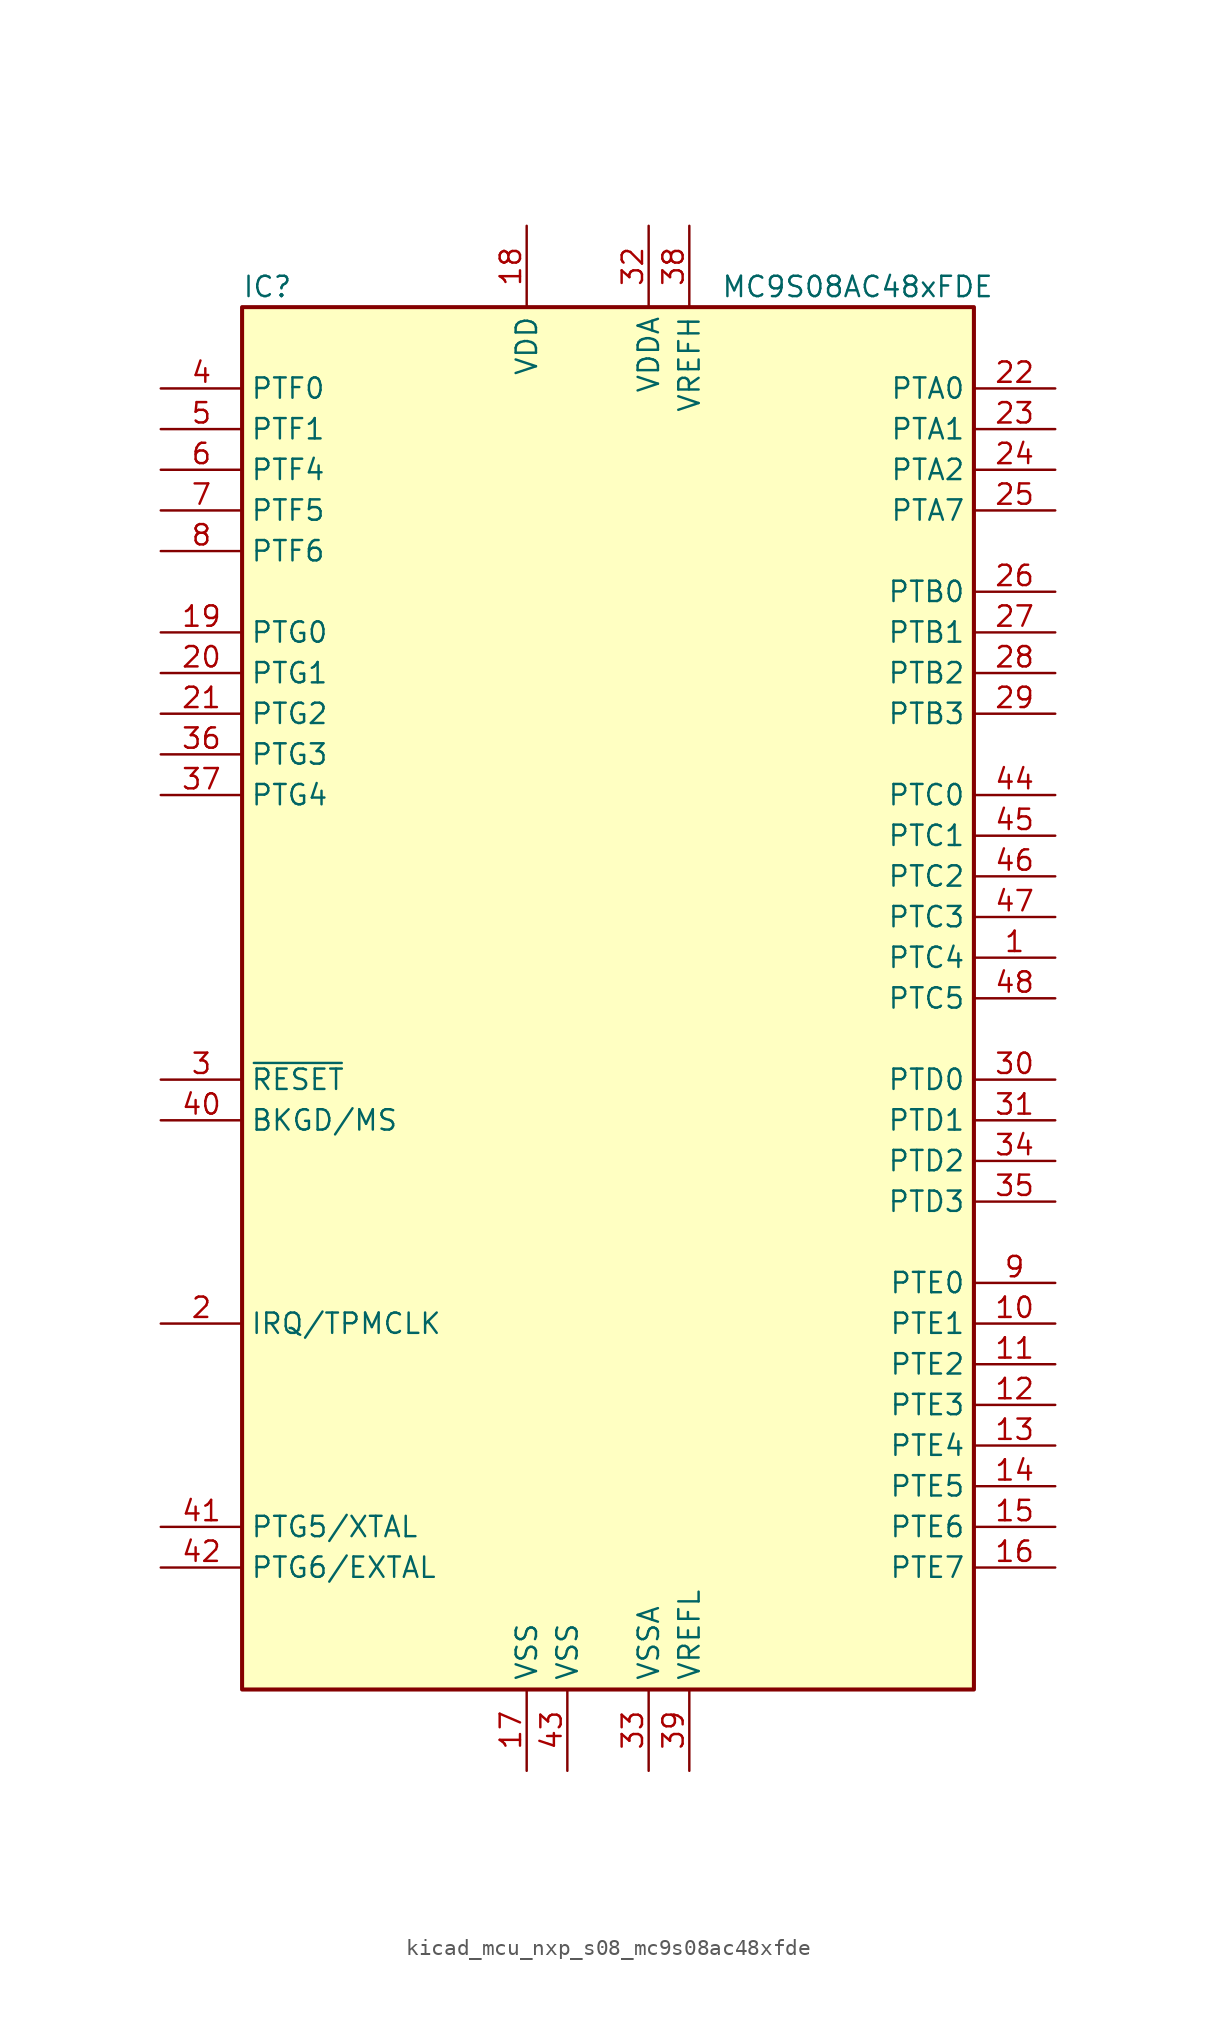
<source format=kicad_sym>
(kicad_symbol_lib
  (version 20220914)
  (generator kicad_symbol_editor)
  (symbol "kicad_mcu_nxp_s08_mc9s08ac48xfde"
    (property "Reference" "IC"
      (at -22.86 44.45 0)
      (effects (font (size 1.27 1.27)) (justify left)))
    (property "Value" "MC9S08AC48xFDE"
      (at 24.13 44.45 0)
      (effects (font (size 1.27 1.27)) (justify right)))
    (symbol "kicad_mcu_nxp_s08_mc9s08ac48xfde_0_1"
      (rectangle (start -22.86 43.18) (end 22.86 -43.18) (stroke (width 0.254) (type default)) (fill (type background))))
    (symbol "kicad_mcu_nxp_s08_mc9s08ac48xfde_1_1"
      (pin bidirectional line (at 27.94 2.54 180) (length 5.08) (name "PTC4" (effects (font (size 1.27 1.27)))) (number "1" (effects (font (size 1.27 1.27)))))
      (pin bidirectional line (at 27.94 -20.32 180) (length 5.08) (name "PTE1" (effects (font (size 1.27 1.27)))) (number "10" (effects (font (size 1.27 1.27)))))
      (pin bidirectional line (at 27.94 -22.86 180) (length 5.08) (name "PTE2" (effects (font (size 1.27 1.27)))) (number "11" (effects (font (size 1.27 1.27)))))
      (pin bidirectional line (at 27.94 -25.4 180) (length 5.08) (name "PTE3" (effects (font (size 1.27 1.27)))) (number "12" (effects (font (size 1.27 1.27)))))
      (pin bidirectional line (at 27.94 -27.94 180) (length 5.08) (name "PTE4" (effects (font (size 1.27 1.27)))) (number "13" (effects (font (size 1.27 1.27)))))
      (pin bidirectional line (at 27.94 -30.48 180) (length 5.08) (name "PTE5" (effects (font (size 1.27 1.27)))) (number "14" (effects (font (size 1.27 1.27)))))
      (pin bidirectional line (at 27.94 -33.02 180) (length 5.08) (name "PTE6" (effects (font (size 1.27 1.27)))) (number "15" (effects (font (size 1.27 1.27)))))
      (pin bidirectional line (at 27.94 -35.56 180) (length 5.08) (name "PTE7" (effects (font (size 1.27 1.27)))) (number "16" (effects (font (size 1.27 1.27)))))
      (pin power_in line (at -5.08 -48.26 90) (length 5.08) (name "VSS" (effects (font (size 1.27 1.27)))) (number "17" (effects (font (size 1.27 1.27)))))
      (pin power_in line (at -5.08 48.26 270) (length 5.08) (name "VDD" (effects (font (size 1.27 1.27)))) (number "18" (effects (font (size 1.27 1.27)))))
      (pin bidirectional line (at -27.94 22.86 0) (length 5.08) (name "PTG0" (effects (font (size 1.27 1.27)))) (number "19" (effects (font (size 1.27 1.27)))))
      (pin input line (at -27.94 -20.32 0) (length 5.08) (name "IRQ/TPMCLK" (effects (font (size 1.27 1.27)))) (number "2" (effects (font (size 1.27 1.27)))))
      (pin bidirectional line (at -27.94 20.32 0) (length 5.08) (name "PTG1" (effects (font (size 1.27 1.27)))) (number "20" (effects (font (size 1.27 1.27)))))
      (pin bidirectional line (at -27.94 17.78 0) (length 5.08) (name "PTG2" (effects (font (size 1.27 1.27)))) (number "21" (effects (font (size 1.27 1.27)))))
      (pin bidirectional line (at 27.94 38.1 180) (length 5.08) (name "PTA0" (effects (font (size 1.27 1.27)))) (number "22" (effects (font (size 1.27 1.27)))))
      (pin bidirectional line (at 27.94 35.56 180) (length 5.08) (name "PTA1" (effects (font (size 1.27 1.27)))) (number "23" (effects (font (size 1.27 1.27)))))
      (pin bidirectional line (at 27.94 33.02 180) (length 5.08) (name "PTA2" (effects (font (size 1.27 1.27)))) (number "24" (effects (font (size 1.27 1.27)))))
      (pin bidirectional line (at 27.94 30.48 180) (length 5.08) (name "PTA7" (effects (font (size 1.27 1.27)))) (number "25" (effects (font (size 1.27 1.27)))))
      (pin bidirectional line (at 27.94 25.4 180) (length 5.08) (name "PTB0" (effects (font (size 1.27 1.27)))) (number "26" (effects (font (size 1.27 1.27)))))
      (pin bidirectional line (at 27.94 22.86 180) (length 5.08) (name "PTB1" (effects (font (size 1.27 1.27)))) (number "27" (effects (font (size 1.27 1.27)))))
      (pin bidirectional line (at 27.94 20.32 180) (length 5.08) (name "PTB2" (effects (font (size 1.27 1.27)))) (number "28" (effects (font (size 1.27 1.27)))))
      (pin bidirectional line (at 27.94 17.78 180) (length 5.08) (name "PTB3" (effects (font (size 1.27 1.27)))) (number "29" (effects (font (size 1.27 1.27)))))
      (pin input line (at -27.94 -5.08 0) (length 5.08) (name "~{RESET}" (effects (font (size 1.27 1.27)))) (number "3" (effects (font (size 1.27 1.27)))))
      (pin bidirectional line (at 27.94 -5.08 180) (length 5.08) (name "PTD0" (effects (font (size 1.27 1.27)))) (number "30" (effects (font (size 1.27 1.27)))))
      (pin bidirectional line (at 27.94 -7.62 180) (length 5.08) (name "PTD1" (effects (font (size 1.27 1.27)))) (number "31" (effects (font (size 1.27 1.27)))))
      (pin power_in line (at 2.54 48.26 270) (length 5.08) (name "VDDA" (effects (font (size 1.27 1.27)))) (number "32" (effects (font (size 1.27 1.27)))))
      (pin power_in line (at 2.54 -48.26 90) (length 5.08) (name "VSSA" (effects (font (size 1.27 1.27)))) (number "33" (effects (font (size 1.27 1.27)))))
      (pin bidirectional line (at 27.94 -10.16 180) (length 5.08) (name "PTD2" (effects (font (size 1.27 1.27)))) (number "34" (effects (font (size 1.27 1.27)))))
      (pin bidirectional line (at 27.94 -12.7 180) (length 5.08) (name "PTD3" (effects (font (size 1.27 1.27)))) (number "35" (effects (font (size 1.27 1.27)))))
      (pin bidirectional line (at -27.94 15.24 0) (length 5.08) (name "PTG3" (effects (font (size 1.27 1.27)))) (number "36" (effects (font (size 1.27 1.27)))))
      (pin bidirectional line (at -27.94 12.7 0) (length 5.08) (name "PTG4" (effects (font (size 1.27 1.27)))) (number "37" (effects (font (size 1.27 1.27)))))
      (pin power_in line (at 5.08 48.26 270) (length 5.08) (name "VREFH" (effects (font (size 1.27 1.27)))) (number "38" (effects (font (size 1.27 1.27)))))
      (pin power_in line (at 5.08 -48.26 90) (length 5.08) (name "VREFL" (effects (font (size 1.27 1.27)))) (number "39" (effects (font (size 1.27 1.27)))))
      (pin bidirectional line (at -27.94 38.1 0) (length 5.08) (name "PTF0" (effects (font (size 1.27 1.27)))) (number "4" (effects (font (size 1.27 1.27)))))
      (pin bidirectional line (at -27.94 -7.62 0) (length 5.08) (name "BKGD/MS" (effects (font (size 1.27 1.27)))) (number "40" (effects (font (size 1.27 1.27)))))
      (pin bidirectional line (at -27.94 -33.02 0) (length 5.08) (name "PTG5/XTAL" (effects (font (size 1.27 1.27)))) (number "41" (effects (font (size 1.27 1.27)))))
      (pin bidirectional line (at -27.94 -35.56 0) (length 5.08) (name "PTG6/EXTAL" (effects (font (size 1.27 1.27)))) (number "42" (effects (font (size 1.27 1.27)))))
      (pin power_in line (at -2.54 -48.26 90) (length 5.08) (name "VSS" (effects (font (size 1.27 1.27)))) (number "43" (effects (font (size 1.27 1.27)))))
      (pin bidirectional line (at 27.94 12.7 180) (length 5.08) (name "PTC0" (effects (font (size 1.27 1.27)))) (number "44" (effects (font (size 1.27 1.27)))))
      (pin bidirectional line (at 27.94 10.16 180) (length 5.08) (name "PTC1" (effects (font (size 1.27 1.27)))) (number "45" (effects (font (size 1.27 1.27)))))
      (pin bidirectional line (at 27.94 7.62 180) (length 5.08) (name "PTC2" (effects (font (size 1.27 1.27)))) (number "46" (effects (font (size 1.27 1.27)))))
      (pin bidirectional line (at 27.94 5.08 180) (length 5.08) (name "PTC3" (effects (font (size 1.27 1.27)))) (number "47" (effects (font (size 1.27 1.27)))))
      (pin bidirectional line (at 27.94 0 180) (length 5.08) (name "PTC5" (effects (font (size 1.27 1.27)))) (number "48" (effects (font (size 1.27 1.27)))))
      (pin bidirectional line (at -27.94 35.56 0) (length 5.08) (name "PTF1" (effects (font (size 1.27 1.27)))) (number "5" (effects (font (size 1.27 1.27)))))
      (pin bidirectional line (at -27.94 33.02 0) (length 5.08) (name "PTF4" (effects (font (size 1.27 1.27)))) (number "6" (effects (font (size 1.27 1.27)))))
      (pin bidirectional line (at -27.94 30.48 0) (length 5.08) (name "PTF5" (effects (font (size 1.27 1.27)))) (number "7" (effects (font (size 1.27 1.27)))))
      (pin bidirectional line (at -27.94 27.94 0) (length 5.08) (name "PTF6" (effects (font (size 1.27 1.27)))) (number "8" (effects (font (size 1.27 1.27)))))
      (pin bidirectional line (at 27.94 -17.78 180) (length 5.08) (name "PTE0" (effects (font (size 1.27 1.27)))) (number "9" (effects (font (size 1.27 1.27))))))))
</source>
